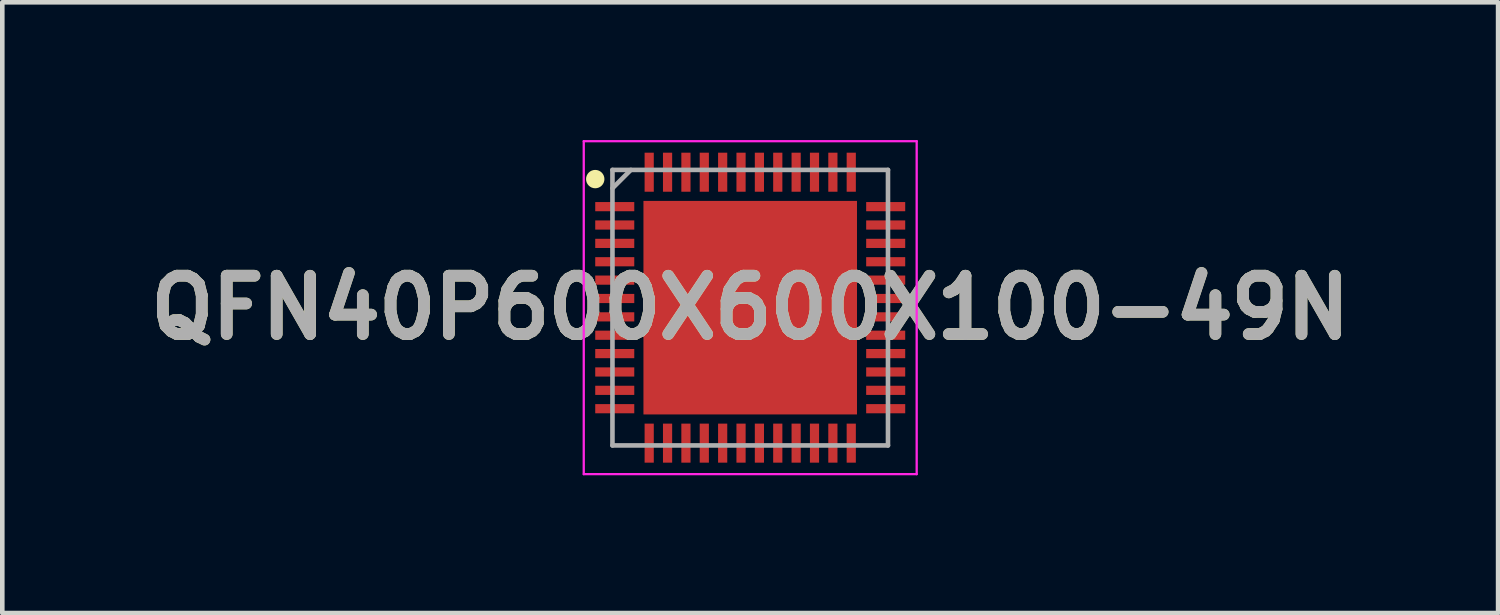
<source format=kicad_pcb>
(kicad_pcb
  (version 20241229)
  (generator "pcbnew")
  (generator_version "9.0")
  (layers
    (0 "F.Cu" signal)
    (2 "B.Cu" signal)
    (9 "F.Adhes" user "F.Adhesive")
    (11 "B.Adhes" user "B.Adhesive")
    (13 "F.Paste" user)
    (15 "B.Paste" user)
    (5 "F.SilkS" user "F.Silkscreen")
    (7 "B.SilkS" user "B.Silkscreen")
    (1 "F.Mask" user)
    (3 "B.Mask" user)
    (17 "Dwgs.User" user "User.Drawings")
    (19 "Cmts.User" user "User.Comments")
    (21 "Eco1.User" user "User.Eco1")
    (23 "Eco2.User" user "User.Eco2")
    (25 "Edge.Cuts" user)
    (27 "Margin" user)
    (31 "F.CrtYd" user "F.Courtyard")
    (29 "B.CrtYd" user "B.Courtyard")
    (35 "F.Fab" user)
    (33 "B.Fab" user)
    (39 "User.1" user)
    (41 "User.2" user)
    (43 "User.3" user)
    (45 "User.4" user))
  (footprint "QFN40P600X600X100-49N"
    (layer "F.Cu")
    (at 13.287 3.65)
    (property "Reference" "QFN40P600X600X100-49N" (at 0 0 0) (layer "F.SilkS") (effects (font (size 1.27 1.27) (thickness 0.254))))
    (attr smd)
    (fp_circle (center -3.375 -2.8) (end -3.375 -2.7) (stroke (width 0.2) (type solid)) (fill no) (layer "F.SilkS"))
    (fp_line (start -3.625 -3.625) (end 3.625 -3.625) (stroke (width 0.05) (type solid)) (layer "F.CrtYd"))
    (fp_line (start -3.625 3.625) (end -3.625 -3.625) (stroke (width 0.05) (type solid)) (layer "F.CrtYd"))
    (fp_line (start 3.625 -3.625) (end 3.625 3.625) (stroke (width 0.05) (type solid)) (layer "F.CrtYd"))
    (fp_line (start 3.625 3.625) (end -3.625 3.625) (stroke (width 0.05) (type solid)) (layer "F.CrtYd"))
    (fp_line (start -3 -3) (end 3 -3) (stroke (width 0.1) (type solid)) (layer "F.Fab"))
    (fp_line (start -3 -2.6) (end -2.6 -3) (stroke (width 0.1) (type solid)) (layer "F.Fab"))
    (fp_line (start -3 3) (end -3 -3) (stroke (width 0.1) (type solid)) (layer "F.Fab"))
    (fp_line (start 3 -3) (end 3 3) (stroke (width 0.1) (type solid)) (layer "F.Fab"))
    (fp_line (start 3 3) (end -3 3) (stroke (width 0.1) (type solid)) (layer "F.Fab"))
    (fp_text user "${REFERENCE}" (at 0 0 0) (layer "F.Fab") (effects (font (size 1.27 1.27) (thickness 0.254))))
    (pad "1" smd rect (at -2.95 -2.2 90) (size 0.2 0.85) (layers "F.Cu" "F.Mask" "F.Paste"))
    (pad "2" smd rect (at -2.95 -1.8 90) (size 0.2 0.85) (layers "F.Cu" "F.Mask" "F.Paste"))
    (pad "3" smd rect (at -2.95 -1.4 90) (size 0.2 0.85) (layers "F.Cu" "F.Mask" "F.Paste"))
    (pad "4" smd rect (at -2.95 -1 90) (size 0.2 0.85) (layers "F.Cu" "F.Mask" "F.Paste"))
    (pad "5" smd rect (at -2.95 -0.6 90) (size 0.2 0.85) (layers "F.Cu" "F.Mask" "F.Paste"))
    (pad "6" smd rect (at -2.95 -0.2 90) (size 0.2 0.85) (layers "F.Cu" "F.Mask" "F.Paste"))
    (pad "7" smd rect (at -2.95 0.2 90) (size 0.2 0.85) (layers "F.Cu" "F.Mask" "F.Paste"))
    (pad "8" smd rect (at -2.95 0.6 90) (size 0.2 0.85) (layers "F.Cu" "F.Mask" "F.Paste"))
    (pad "9" smd rect (at -2.95 1 90) (size 0.2 0.85) (layers "F.Cu" "F.Mask" "F.Paste"))
    (pad "10" smd rect (at -2.95 1.4 90) (size 0.2 0.85) (layers "F.Cu" "F.Mask" "F.Paste"))
    (pad "11" smd rect (at -2.95 1.8 90) (size 0.2 0.85) (layers "F.Cu" "F.Mask" "F.Paste"))
    (pad "12" smd rect (at -2.95 2.2 90) (size 0.2 0.85) (layers "F.Cu" "F.Mask" "F.Paste"))
    (pad "13" smd rect (at -2.2 2.95) (size 0.2 0.85) (layers "F.Cu" "F.Mask" "F.Paste"))
    (pad "14" smd rect (at -1.8 2.95) (size 0.2 0.85) (layers "F.Cu" "F.Mask" "F.Paste"))
    (pad "15" smd rect (at -1.4 2.95) (size 0.2 0.85) (layers "F.Cu" "F.Mask" "F.Paste"))
    (pad "16" smd rect (at -1 2.95) (size 0.2 0.85) (layers "F.Cu" "F.Mask" "F.Paste"))
    (pad "17" smd rect (at -0.6 2.95) (size 0.2 0.85) (layers "F.Cu" "F.Mask" "F.Paste"))
    (pad "18" smd rect (at -0.2 2.95) (size 0.2 0.85) (layers "F.Cu" "F.Mask" "F.Paste"))
    (pad "19" smd rect (at 0.2 2.95) (size 0.2 0.85) (layers "F.Cu" "F.Mask" "F.Paste"))
    (pad "20" smd rect (at 0.6 2.95) (size 0.2 0.85) (layers "F.Cu" "F.Mask" "F.Paste"))
    (pad "21" smd rect (at 1 2.95) (size 0.2 0.85) (layers "F.Cu" "F.Mask" "F.Paste"))
    (pad "22" smd rect (at 1.4 2.95) (size 0.2 0.85) (layers "F.Cu" "F.Mask" "F.Paste"))
    (pad "23" smd rect (at 1.8 2.95) (size 0.2 0.85) (layers "F.Cu" "F.Mask" "F.Paste"))
    (pad "24" smd rect (at 2.2 2.95) (size 0.2 0.85) (layers "F.Cu" "F.Mask" "F.Paste"))
    (pad "25" smd rect (at 2.95 2.2 90) (size 0.2 0.85) (layers "F.Cu" "F.Mask" "F.Paste"))
    (pad "26" smd rect (at 2.95 1.8 90) (size 0.2 0.85) (layers "F.Cu" "F.Mask" "F.Paste"))
    (pad "27" smd rect (at 2.95 1.4 90) (size 0.2 0.85) (layers "F.Cu" "F.Mask" "F.Paste"))
    (pad "28" smd rect (at 2.95 1 90) (size 0.2 0.85) (layers "F.Cu" "F.Mask" "F.Paste"))
    (pad "29" smd rect (at 2.95 0.6 90) (size 0.2 0.85) (layers "F.Cu" "F.Mask" "F.Paste"))
    (pad "30" smd rect (at 2.95 0.2 90) (size 0.2 0.85) (layers "F.Cu" "F.Mask" "F.Paste"))
    (pad "31" smd rect (at 2.95 -0.2 90) (size 0.2 0.85) (layers "F.Cu" "F.Mask" "F.Paste"))
    (pad "32" smd rect (at 2.95 -0.6 90) (size 0.2 0.85) (layers "F.Cu" "F.Mask" "F.Paste"))
    (pad "33" smd rect (at 2.95 -1 90) (size 0.2 0.85) (layers "F.Cu" "F.Mask" "F.Paste"))
    (pad "34" smd rect (at 2.95 -1.4 90) (size 0.2 0.85) (layers "F.Cu" "F.Mask" "F.Paste"))
    (pad "35" smd rect (at 2.95 -1.8 90) (size 0.2 0.85) (layers "F.Cu" "F.Mask" "F.Paste"))
    (pad "36" smd rect (at 2.95 -2.2 90) (size 0.2 0.85) (layers "F.Cu" "F.Mask" "F.Paste"))
    (pad "37" smd rect (at 2.2 -2.95) (size 0.2 0.85) (layers "F.Cu" "F.Mask" "F.Paste"))
    (pad "38" smd rect (at 1.8 -2.95) (size 0.2 0.85) (layers "F.Cu" "F.Mask" "F.Paste"))
    (pad "39" smd rect (at 1.4 -2.95) (size 0.2 0.85) (layers "F.Cu" "F.Mask" "F.Paste"))
    (pad "40" smd rect (at 1 -2.95) (size 0.2 0.85) (layers "F.Cu" "F.Mask" "F.Paste"))
    (pad "41" smd rect (at 0.6 -2.95) (size 0.2 0.85) (layers "F.Cu" "F.Mask" "F.Paste"))
    (pad "42" smd rect (at 0.2 -2.95) (size 0.2 0.85) (layers "F.Cu" "F.Mask" "F.Paste"))
    (pad "43" smd rect (at -0.2 -2.95) (size 0.2 0.85) (layers "F.Cu" "F.Mask" "F.Paste"))
    (pad "44" smd rect (at -0.6 -2.95) (size 0.2 0.85) (layers "F.Cu" "F.Mask" "F.Paste"))
    (pad "45" smd rect (at -1 -2.95) (size 0.2 0.85) (layers "F.Cu" "F.Mask" "F.Paste"))
    (pad "46" smd rect (at -1.4 -2.95) (size 0.2 0.85) (layers "F.Cu" "F.Mask" "F.Paste"))
    (pad "47" smd rect (at -1.8 -2.95) (size 0.2 0.85) (layers "F.Cu" "F.Mask" "F.Paste"))
    (pad "48" smd rect (at -2.2 -2.95) (size 0.2 0.85) (layers "F.Cu" "F.Mask" "F.Paste"))
    (pad "49" smd rect (at 0 0) (size 4.65 4.65) (layers "F.Cu" "F.Mask" "F.Paste")))
  (gr_rect
    (start -3 -3)
    (end 29.573 10.3)
    (stroke (width 0.1) (type default))
    (fill no)
    (layer "Edge.Cuts")))
</source>
